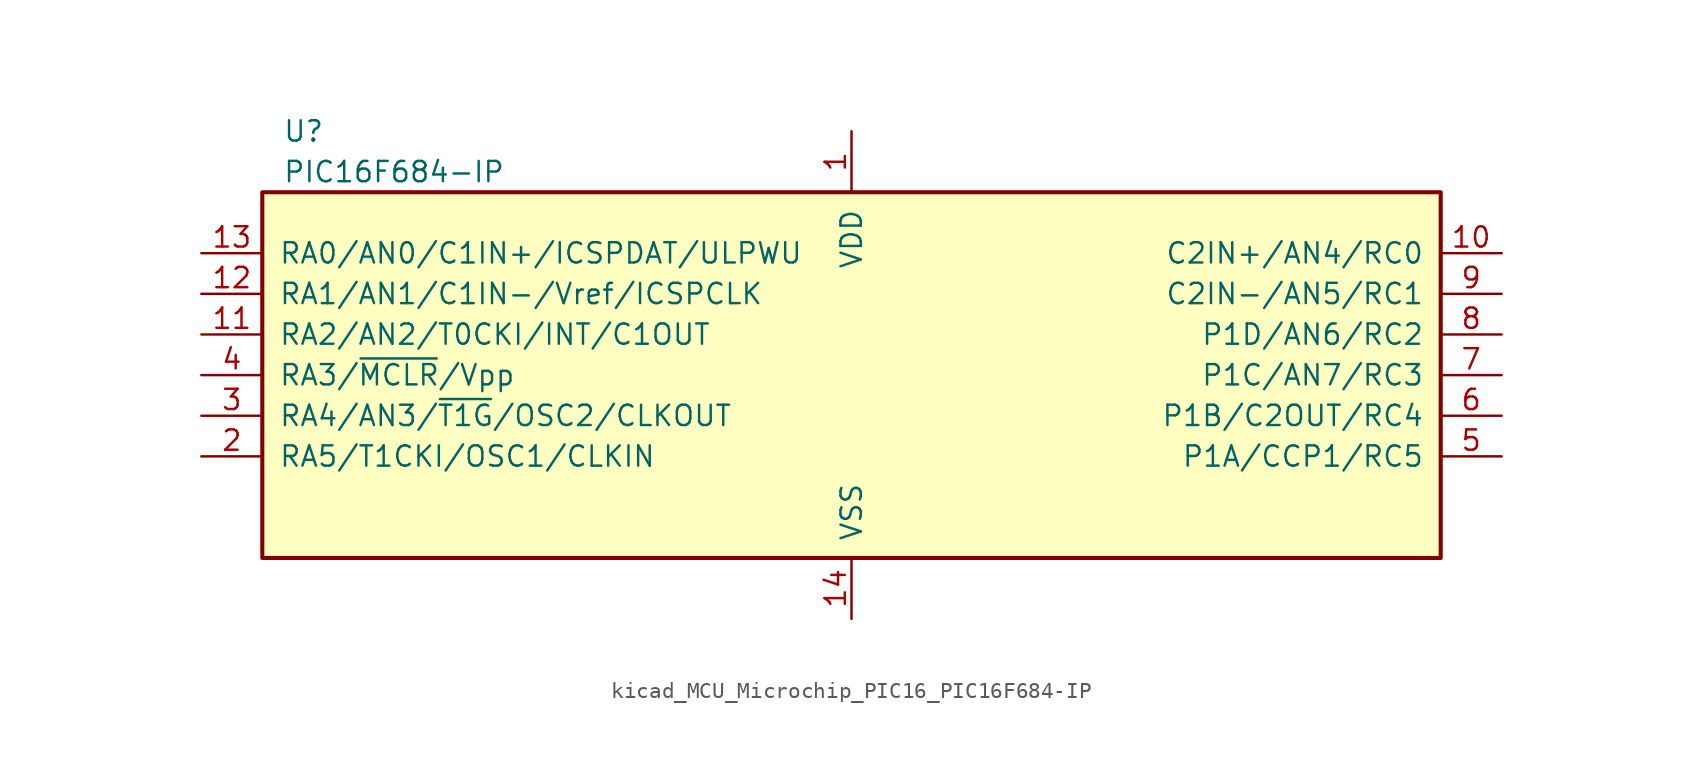
<source format=kicad_sym>
(kicad_symbol_lib
  (version 20220914)
  (generator kicad_symbol_editor)
  (symbol "kicad_MCU_Microchip_PIC16_PIC16F684-IP"
    (pin_names
      (offset 1.016))
    (property "Reference" "U"
      (at -35.56 15.24 0)
      (effects (font (size 1.27 1.27)) (justify left)))
    (property "Value" "PIC16F684-IP"
      (at -35.56 12.7 0)
      (effects (font (size 1.27 1.27)) (justify left)))
    (symbol "kicad_MCU_Microchip_PIC16_PIC16F684-IP_0_1"
      (rectangle (start -36.83 11.43) (end 36.83 -11.43) (stroke (width 0.254) (type default)) (fill (type background))))
    (symbol "kicad_MCU_Microchip_PIC16_PIC16F684-IP_1_1"
      (pin power_in line (at 0 15.24 270) (length 3.81) (name "VDD" (effects (font (size 1.27 1.27)))) (number "1" (effects (font (size 1.27 1.27)))))
      (pin bidirectional line (at 40.64 7.62 180) (length 3.81) (name "C2IN+/AN4/RC0" (effects (font (size 1.27 1.27)))) (number "10" (effects (font (size 1.27 1.27)))))
      (pin bidirectional line (at -40.64 2.54 0) (length 3.81) (name "RA2/AN2/T0CKI/INT/C1OUT" (effects (font (size 1.27 1.27)))) (number "11" (effects (font (size 1.27 1.27)))))
      (pin bidirectional line (at -40.64 5.08 0) (length 3.81) (name "RA1/AN1/C1IN-/Vref/ICSPCLK" (effects (font (size 1.27 1.27)))) (number "12" (effects (font (size 1.27 1.27)))))
      (pin bidirectional line (at -40.64 7.62 0) (length 3.81) (name "RA0/AN0/C1IN+/ICSPDAT/ULPWU" (effects (font (size 1.27 1.27)))) (number "13" (effects (font (size 1.27 1.27)))))
      (pin power_in line (at 0 -15.24 90) (length 3.81) (name "VSS" (effects (font (size 1.27 1.27)))) (number "14" (effects (font (size 1.27 1.27)))))
      (pin bidirectional line (at -40.64 -5.08 0) (length 3.81) (name "RA5/T1CKI/OSC1/CLKIN" (effects (font (size 1.27 1.27)))) (number "2" (effects (font (size 1.27 1.27)))))
      (pin bidirectional line (at -40.64 -2.54 0) (length 3.81) (name "RA4/AN3/~{T1G}/OSC2/CLKOUT" (effects (font (size 1.27 1.27)))) (number "3" (effects (font (size 1.27 1.27)))))
      (pin input line (at -40.64 0 0) (length 3.81) (name "RA3/~{MCLR}/Vpp" (effects (font (size 1.27 1.27)))) (number "4" (effects (font (size 1.27 1.27)))))
      (pin bidirectional line (at 40.64 -5.08 180) (length 3.81) (name "P1A/CCP1/RC5" (effects (font (size 1.27 1.27)))) (number "5" (effects (font (size 1.27 1.27)))))
      (pin bidirectional line (at 40.64 -2.54 180) (length 3.81) (name "P1B/C2OUT/RC4" (effects (font (size 1.27 1.27)))) (number "6" (effects (font (size 1.27 1.27)))))
      (pin bidirectional line (at 40.64 0 180) (length 3.81) (name "P1C/AN7/RC3" (effects (font (size 1.27 1.27)))) (number "7" (effects (font (size 1.27 1.27)))))
      (pin bidirectional line (at 40.64 2.54 180) (length 3.81) (name "P1D/AN6/RC2" (effects (font (size 1.27 1.27)))) (number "8" (effects (font (size 1.27 1.27)))))
      (pin bidirectional line (at 40.64 5.08 180) (length 3.81) (name "C2IN-/AN5/RC1" (effects (font (size 1.27 1.27)))) (number "9" (effects (font (size 1.27 1.27))))))))
</source>
